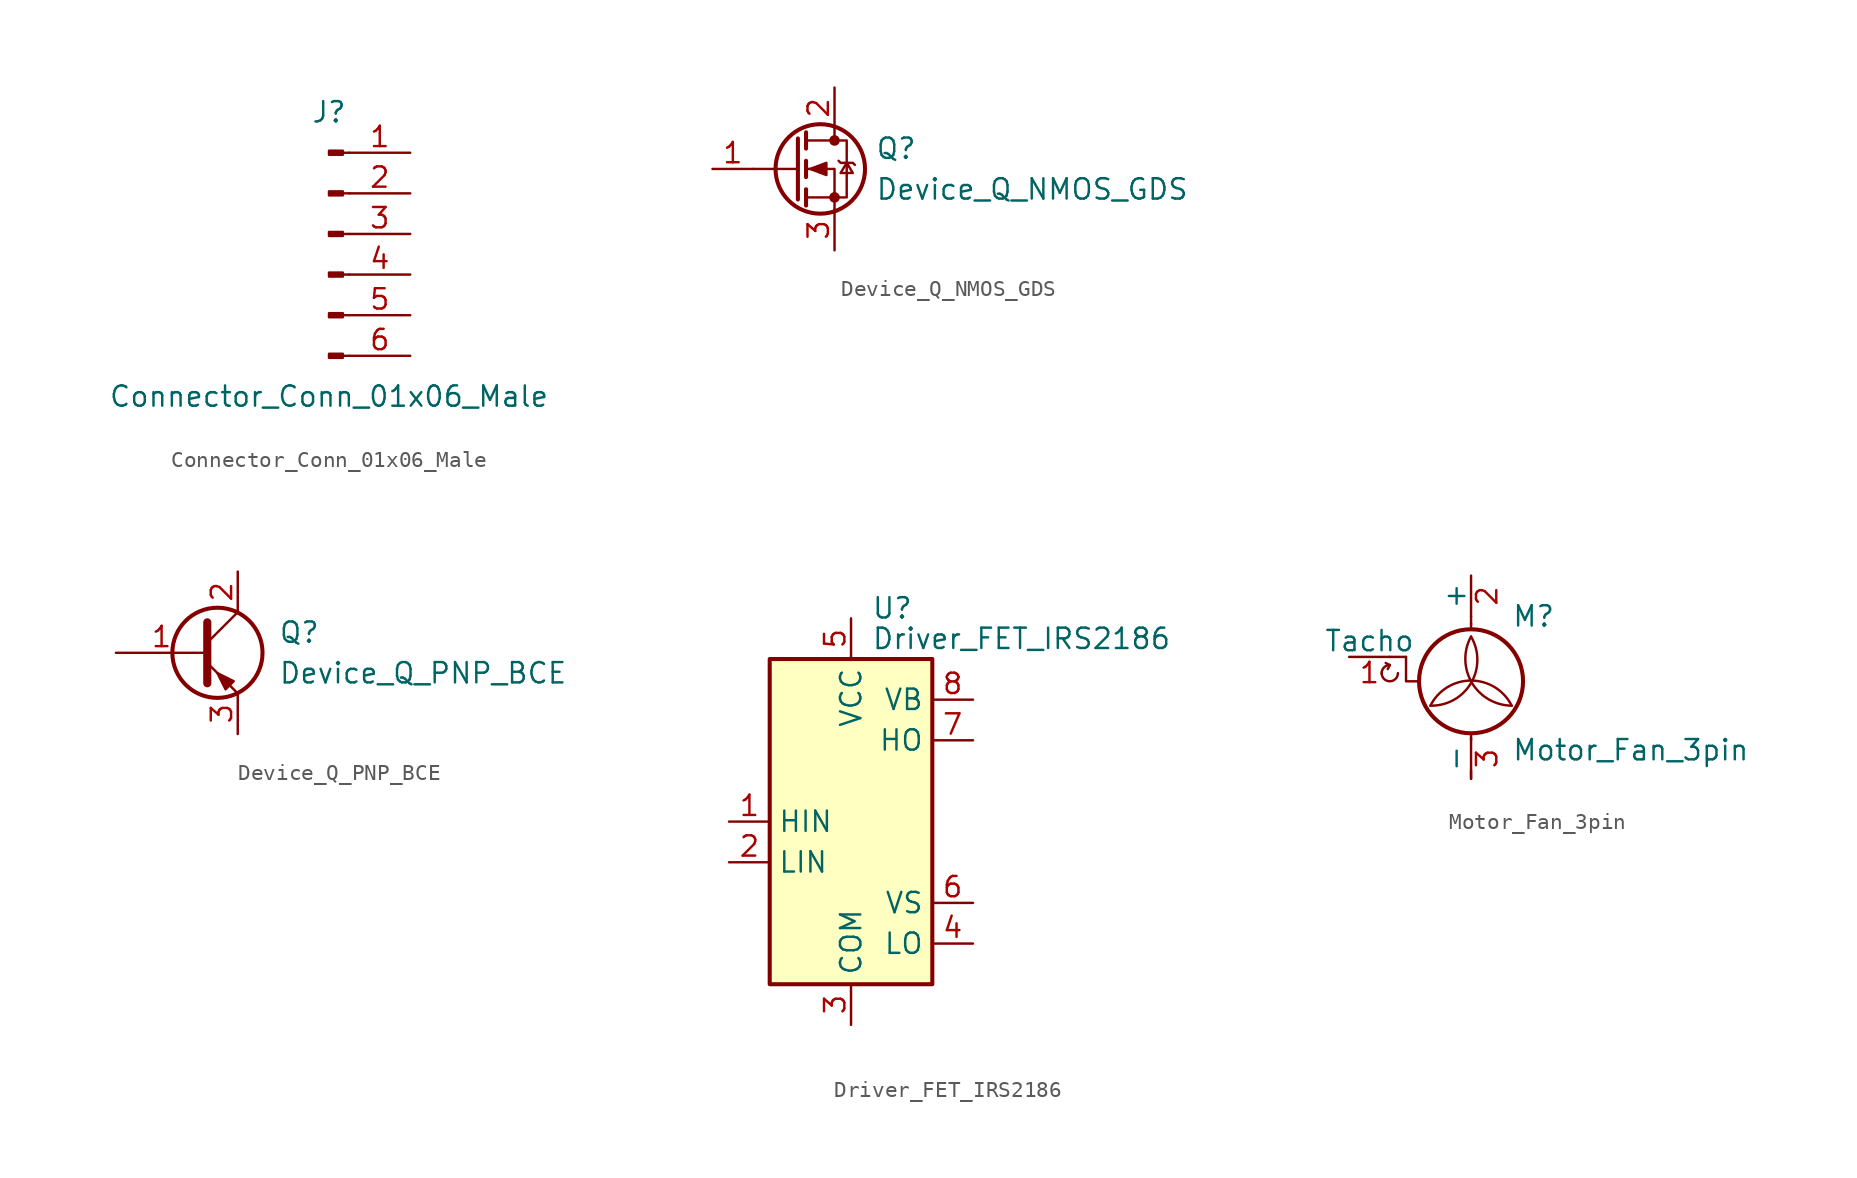
<source format=kicad_sym>
(kicad_symbol_lib
  (version 20211014)
  (generator kicad_symbol_editor)
  (symbol "Connector_Conn_01x06_Male"
    (pin_names
      (offset 1.016) hide)
    (property "Reference" "J"
      (at 0 7.62 0)
      (effects (font (size 1.27 1.27))))
    (property "Value" "Connector_Conn_01x06_Male"
      (at 0 -10.16 0)
      (effects (font (size 1.27 1.27))))
    (symbol "Connector_Conn_01x06_Male_1_1"
      (polyline (pts (xy 1.27 -7.62) (xy 0.864 -7.62)) (stroke (width 0.152) (type default) (color 0 0 0 0)) (fill (type none)))
      (polyline (pts (xy 1.27 -5.08) (xy 0.864 -5.08)) (stroke (width 0.152) (type default) (color 0 0 0 0)) (fill (type none)))
      (polyline (pts (xy 1.27 -2.54) (xy 0.864 -2.54)) (stroke (width 0.152) (type default) (color 0 0 0 0)) (fill (type none)))
      (polyline (pts (xy 1.27 0) (xy 0.864 0)) (stroke (width 0.152) (type default) (color 0 0 0 0)) (fill (type none)))
      (polyline (pts (xy 1.27 2.54) (xy 0.864 2.54)) (stroke (width 0.152) (type default) (color 0 0 0 0)) (fill (type none)))
      (polyline (pts (xy 1.27 5.08) (xy 0.864 5.08)) (stroke (width 0.152) (type default) (color 0 0 0 0)) (fill (type none)))
      (rectangle (start 0.864 -7.493) (end 0 -7.747) (stroke (width 0.152) (type default) (color 0 0 0 0)) (fill (type outline)))
      (rectangle (start 0.864 -4.953) (end 0 -5.207) (stroke (width 0.152) (type default) (color 0 0 0 0)) (fill (type outline)))
      (rectangle (start 0.864 -2.413) (end 0 -2.667) (stroke (width 0.152) (type default) (color 0 0 0 0)) (fill (type outline)))
      (rectangle (start 0.864 0.127) (end 0 -0.127) (stroke (width 0.152) (type default) (color 0 0 0 0)) (fill (type outline)))
      (rectangle (start 0.864 2.667) (end 0 2.413) (stroke (width 0.152) (type default) (color 0 0 0 0)) (fill (type outline)))
      (rectangle (start 0.864 5.207) (end 0 4.953) (stroke (width 0.152) (type default) (color 0 0 0 0)) (fill (type outline)))
      (pin passive line (at 5.08 5.08 180) (length 3.81) (name "Pin_1" (effects (font (size 1.27 1.27)))) (number "1" (effects (font (size 1.27 1.27)))))
      (pin passive line (at 5.08 2.54 180) (length 3.81) (name "Pin_2" (effects (font (size 1.27 1.27)))) (number "2" (effects (font (size 1.27 1.27)))))
      (pin passive line (at 5.08 0 180) (length 3.81) (name "Pin_3" (effects (font (size 1.27 1.27)))) (number "3" (effects (font (size 1.27 1.27)))))
      (pin passive line (at 5.08 -2.54 180) (length 3.81) (name "Pin_4" (effects (font (size 1.27 1.27)))) (number "4" (effects (font (size 1.27 1.27)))))
      (pin passive line (at 5.08 -5.08 180) (length 3.81) (name "Pin_5" (effects (font (size 1.27 1.27)))) (number "5" (effects (font (size 1.27 1.27)))))
      (pin passive line (at 5.08 -7.62 180) (length 3.81) (name "Pin_6" (effects (font (size 1.27 1.27)))) (number "6" (effects (font (size 1.27 1.27)))))))
  (symbol "Device_Q_NMOS_GDS"
    (pin_names
      (offset 0) hide)
    (property "Reference" "Q"
      (at 5.08 1.27 0)
      (effects (font (size 1.27 1.27)) (justify left)))
    (property "Value" "Device_Q_NMOS_GDS"
      (at 5.08 -1.27 0)
      (effects (font (size 1.27 1.27)) (justify left)))
    (symbol "Device_Q_NMOS_GDS_0_1"
      (polyline (pts (xy 0.254 0) (xy -2.54 0)) (stroke (width 0) (type default) (color 0 0 0 0)) (fill (type none)))
      (polyline (pts (xy 0.254 1.905) (xy 0.254 -1.905)) (stroke (width 0.254) (type default) (color 0 0 0 0)) (fill (type none)))
      (polyline (pts (xy 0.762 -1.27) (xy 0.762 -2.286)) (stroke (width 0.254) (type default) (color 0 0 0 0)) (fill (type none)))
      (polyline (pts (xy 0.762 0.508) (xy 0.762 -0.508)) (stroke (width 0.254) (type default) (color 0 0 0 0)) (fill (type none)))
      (polyline (pts (xy 0.762 2.286) (xy 0.762 1.27)) (stroke (width 0.254) (type default) (color 0 0 0 0)) (fill (type none)))
      (polyline (pts (xy 2.54 2.54) (xy 2.54 1.778)) (stroke (width 0) (type default) (color 0 0 0 0)) (fill (type none)))
      (polyline (pts (xy 2.54 -2.54) (xy 2.54 0) (xy 0.762 0)) (stroke (width 0) (type default) (color 0 0 0 0)) (fill (type none)))
      (polyline (pts (xy 0.762 -1.778) (xy 3.302 -1.778) (xy 3.302 1.778) (xy 0.762 1.778)) (stroke (width 0) (type default) (color 0 0 0 0)) (fill (type none)))
      (polyline (pts (xy 1.016 0) (xy 2.032 0.381) (xy 2.032 -0.381) (xy 1.016 0)) (stroke (width 0) (type default) (color 0 0 0 0)) (fill (type outline)))
      (polyline (pts (xy 2.794 0.508) (xy 2.921 0.381) (xy 3.683 0.381) (xy 3.81 0.254)) (stroke (width 0) (type default) (color 0 0 0 0)) (fill (type none)))
      (polyline (pts (xy 3.302 0.381) (xy 2.921 -0.254) (xy 3.683 -0.254) (xy 3.302 0.381)) (stroke (width 0) (type default) (color 0 0 0 0)) (fill (type none)))
      (circle (center 1.651 0) (radius 2.794) (stroke (width 0.254) (type default) (color 0 0 0 0)) (fill (type none)))
      (circle (center 2.54 -1.778) (radius 0.254) (stroke (width 0) (type default) (color 0 0 0 0)) (fill (type outline)))
      (circle (center 2.54 1.778) (radius 0.254) (stroke (width 0) (type default) (color 0 0 0 0)) (fill (type outline))))
    (symbol "Device_Q_NMOS_GDS_1_1"
      (pin input line (at -5.08 0 0) (length 2.54) (name "G" (effects (font (size 1.27 1.27)))) (number "1" (effects (font (size 1.27 1.27)))))
      (pin passive line (at 2.54 5.08 270) (length 2.54) (name "D" (effects (font (size 1.27 1.27)))) (number "2" (effects (font (size 1.27 1.27)))))
      (pin passive line (at 2.54 -5.08 90) (length 2.54) (name "S" (effects (font (size 1.27 1.27)))) (number "3" (effects (font (size 1.27 1.27)))))))
  (symbol "Device_Q_PNP_BCE"
    (pin_names
      (offset 0) hide)
    (property "Reference" "Q"
      (at 5.08 1.27 0)
      (effects (font (size 1.27 1.27)) (justify left)))
    (property "Value" "Device_Q_PNP_BCE"
      (at 5.08 -1.27 0)
      (effects (font (size 1.27 1.27)) (justify left)))
    (symbol "Device_Q_PNP_BCE_0_1"
      (polyline (pts (xy 0.635 0.635) (xy 2.54 2.54)) (stroke (width 0) (type default) (color 0 0 0 0)) (fill (type none)))
      (polyline (pts (xy 0.635 -0.635) (xy 2.54 -2.54) (xy 2.54 -2.54)) (stroke (width 0) (type default) (color 0 0 0 0)) (fill (type none)))
      (polyline (pts (xy 0.635 1.905) (xy 0.635 -1.905) (xy 0.635 -1.905)) (stroke (width 0.508) (type default) (color 0 0 0 0)) (fill (type none)))
      (polyline (pts (xy 2.286 -1.778) (xy 1.778 -2.286) (xy 1.27 -1.27) (xy 2.286 -1.778) (xy 2.286 -1.778)) (stroke (width 0) (type default) (color 0 0 0 0)) (fill (type outline)))
      (circle (center 1.27 0) (radius 2.819) (stroke (width 0.254) (type default) (color 0 0 0 0)) (fill (type none))))
    (symbol "Device_Q_PNP_BCE_1_1"
      (pin input line (at -5.08 0 0) (length 5.715) (name "B" (effects (font (size 1.27 1.27)))) (number "1" (effects (font (size 1.27 1.27)))))
      (pin passive line (at 2.54 5.08 270) (length 2.54) (name "C" (effects (font (size 1.27 1.27)))) (number "2" (effects (font (size 1.27 1.27)))))
      (pin passive line (at 2.54 -5.08 90) (length 2.54) (name "E" (effects (font (size 1.27 1.27)))) (number "3" (effects (font (size 1.27 1.27)))))))
  (symbol "Driver_FET_IRS2186"
    (property "Reference" "U"
      (at 1.27 13.335 0)
      (effects (font (size 1.27 1.27)) (justify left)))
    (property "Value" "Driver_FET_IRS2186"
      (at 1.27 11.43 0)
      (effects (font (size 1.27 1.27)) (justify left)))
    (symbol "Driver_FET_IRS2186_0_1"
      (rectangle (start -5.08 -10.16) (end 5.08 10.16) (stroke (width 0.254) (type default) (color 0 0 0 0)) (fill (type background))))
    (symbol "Driver_FET_IRS2186_1_1"
      (pin input line (at -7.62 0 0) (length 2.54) (name "HIN" (effects (font (size 1.27 1.27)))) (number "1" (effects (font (size 1.27 1.27)))))
      (pin input line (at -7.62 -2.54 0) (length 2.54) (name "LIN" (effects (font (size 1.27 1.27)))) (number "2" (effects (font (size 1.27 1.27)))))
      (pin power_in line (at 0 -12.7 90) (length 2.54) (name "COM" (effects (font (size 1.27 1.27)))) (number "3" (effects (font (size 1.27 1.27)))))
      (pin output line (at 7.62 -7.62 180) (length 2.54) (name "LO" (effects (font (size 1.27 1.27)))) (number "4" (effects (font (size 1.27 1.27)))))
      (pin power_in line (at 0 12.7 270) (length 2.54) (name "VCC" (effects (font (size 1.27 1.27)))) (number "5" (effects (font (size 1.27 1.27)))))
      (pin passive line (at 7.62 -5.08 180) (length 2.54) (name "VS" (effects (font (size 1.27 1.27)))) (number "6" (effects (font (size 1.27 1.27)))))
      (pin output line (at 7.62 5.08 180) (length 2.54) (name "HO" (effects (font (size 1.27 1.27)))) (number "7" (effects (font (size 1.27 1.27)))))
      (pin passive line (at 7.62 7.62 180) (length 2.54) (name "VB" (effects (font (size 1.27 1.27)))) (number "8" (effects (font (size 1.27 1.27)))))))
  (symbol "Motor_Fan_3pin"
    (pin_names
      (offset 0))
    (property "Reference" "M"
      (at 2.54 2.54 0)
      (effects (font (size 1.27 1.27)) (justify left)))
    (property "Value" "Motor_Fan_3pin"
      (at 2.54 -5.08 0)
      (effects (font (size 1.27 1.27)) (justify left top)))
    (symbol "Motor_Fan_3pin_0_0"
      (arc (start -5.588 -1.016) (mid -5.08 -1.524) (end -4.572 -1.016) (stroke (width 0) (type default) (color 0 0 0 0)) (fill (type none)))
      (arc (start -5.08 -0.508) (mid -5.4392 -0.6568) (end -5.588 -1.016) (stroke (width 0) (type default) (color 0 0 0 0)) (fill (type none)))
      (polyline (pts (xy -5.08 -0.508) (xy -5.334 -0.381)) (stroke (width 0) (type default) (color 0 0 0 0)) (fill (type none)))
      (polyline (pts (xy -5.08 -0.508) (xy -5.207 -0.762)) (stroke (width 0) (type default) (color 0 0 0 0)) (fill (type none)))
      (polyline (pts (xy -4.064 0) (xy -4.064 -1.524) (xy -3.302 -1.524)) (stroke (width 0) (type default) (color 0 0 0 0)) (fill (type none))))
    (symbol "Motor_Fan_3pin_0_1"
      (arc (start -2.54 -3.048) (mid 0.0028 -1.6279) (end 0 1.27) (stroke (width 0) (type default) (color 0 0 0 0)) (fill (type none)))
      (circle (center 0 -1.524) (radius 3.251) (stroke (width 0.254) (type default) (color 0 0 0 0)) (fill (type none)))
      (polyline (pts (xy -4.064 0) (xy -5.08 0)) (stroke (width 0) (type default) (color 0 0 0 0)) (fill (type none)))
      (polyline (pts (xy 0 -7.62) (xy 0 -7.112)) (stroke (width 0) (type default) (color 0 0 0 0)) (fill (type none)))
      (polyline (pts (xy 0 -4.775) (xy 0 -5.182)) (stroke (width 0) (type default) (color 0 0 0 0)) (fill (type none)))
      (polyline (pts (xy 0 1.727) (xy 0 2.083)) (stroke (width 0) (type default) (color 0 0 0 0)) (fill (type none)))
      (polyline (pts (xy 0 2.032) (xy 0 2.54)) (stroke (width 0) (type default) (color 0 0 0 0)) (fill (type none)))
      (arc (start 0 1.27) (mid 0.053 -1.619) (end 2.54 -3.048) (stroke (width 0) (type default) (color 0 0 0 0)) (fill (type none)))
      (arc (start 2.54 -3.048) (mid 0 -1.4782) (end -2.54 -3.048) (stroke (width 0) (type default) (color 0 0 0 0)) (fill (type none))))
    (symbol "Motor_Fan_3pin_1_1"
      (pin passive line (at -7.62 0 0) (length 2.54) (name "Tacho" (effects (font (size 1.27 1.27)))) (number "1" (effects (font (size 1.27 1.27)))))
      (pin passive line (at 0 5.08 270) (length 2.54) (name "+" (effects (font (size 1.27 1.27)))) (number "2" (effects (font (size 1.27 1.27)))))
      (pin passive line (at 0 -7.62 90) (length 2.54) (name "-" (effects (font (size 1.27 1.27)))) (number "3" (effects (font (size 1.27 1.27))))))))
</source>
